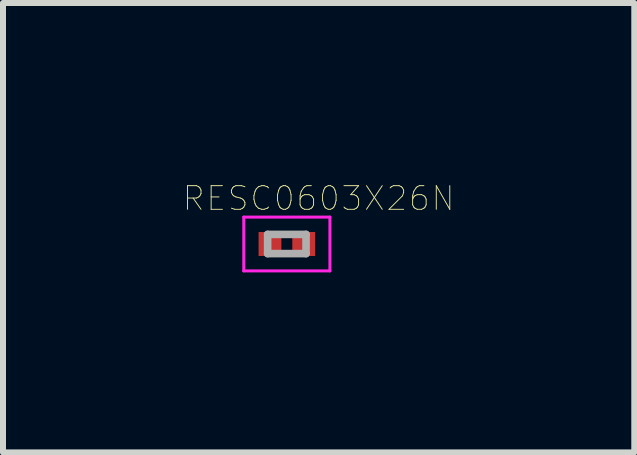
<source format=kicad_pcb>
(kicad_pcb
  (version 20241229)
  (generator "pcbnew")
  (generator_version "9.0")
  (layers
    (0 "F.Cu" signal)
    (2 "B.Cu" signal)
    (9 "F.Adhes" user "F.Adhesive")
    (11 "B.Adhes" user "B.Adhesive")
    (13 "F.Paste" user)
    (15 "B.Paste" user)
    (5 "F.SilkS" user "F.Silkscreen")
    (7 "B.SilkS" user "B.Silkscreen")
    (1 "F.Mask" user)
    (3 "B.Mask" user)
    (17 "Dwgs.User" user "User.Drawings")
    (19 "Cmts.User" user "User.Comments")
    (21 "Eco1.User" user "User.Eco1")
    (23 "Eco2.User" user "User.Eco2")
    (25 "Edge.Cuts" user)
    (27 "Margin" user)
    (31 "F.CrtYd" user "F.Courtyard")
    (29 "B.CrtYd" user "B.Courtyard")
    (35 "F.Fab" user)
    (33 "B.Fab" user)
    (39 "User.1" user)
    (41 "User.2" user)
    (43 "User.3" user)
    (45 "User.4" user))
  (footprint "RESC0603X26N"
    (layer "F.Cu")
    (at 1.731 1.017)
    (property "Reference" "RESC0603X26N" (at 0.53 -0.76 0) (layer "F.SilkS") (effects (font (size 0.394 0.394) (thickness 0.015))))
    (attr through_hole)
    (fp_line (start -0.718 -0.448) (end 0.718 -0.448) (stroke (width 0.05) (type solid)) (layer "F.CrtYd"))
    (fp_line (start -0.718 0.448) (end -0.718 -0.448) (stroke (width 0.05) (type solid)) (layer "F.CrtYd"))
    (fp_line (start -0.718 0.448) (end 0.718 0.448) (stroke (width 0.05) (type solid)) (layer "F.CrtYd"))
    (fp_line (start 0.718 0.448) (end 0.718 -0.448) (stroke (width 0.05) (type solid)) (layer "F.CrtYd"))
    (fp_line (start -0.32 0.16) (end -0.32 -0.16) (stroke (width 0.127) (type solid)) (layer "F.Fab"))
    (fp_line (start 0.32 -0.16) (end -0.32 -0.16) (stroke (width 0.127) (type solid)) (layer "F.Fab"))
    (fp_line (start 0.32 0.16) (end -0.32 0.16) (stroke (width 0.127) (type solid)) (layer "F.Fab"))
    (fp_line (start 0.32 0.16) (end 0.32 -0.16) (stroke (width 0.127) (type solid)) (layer "F.Fab"))
    (pad "1" smd rect (at -0.281 0) (size 0.38 0.4) (layers "F.Cu" "F.Mask" "F.Paste"))
    (pad "2" smd rect (at 0.281 0) (size 0.38 0.4) (layers "F.Cu" "F.Mask" "F.Paste")))
  (gr_rect
    (start -3 -3)
    (end 7.522 4.49)
    (stroke (width 0.1) (type default))
    (fill no)
    (layer "Edge.Cuts")))
</source>
